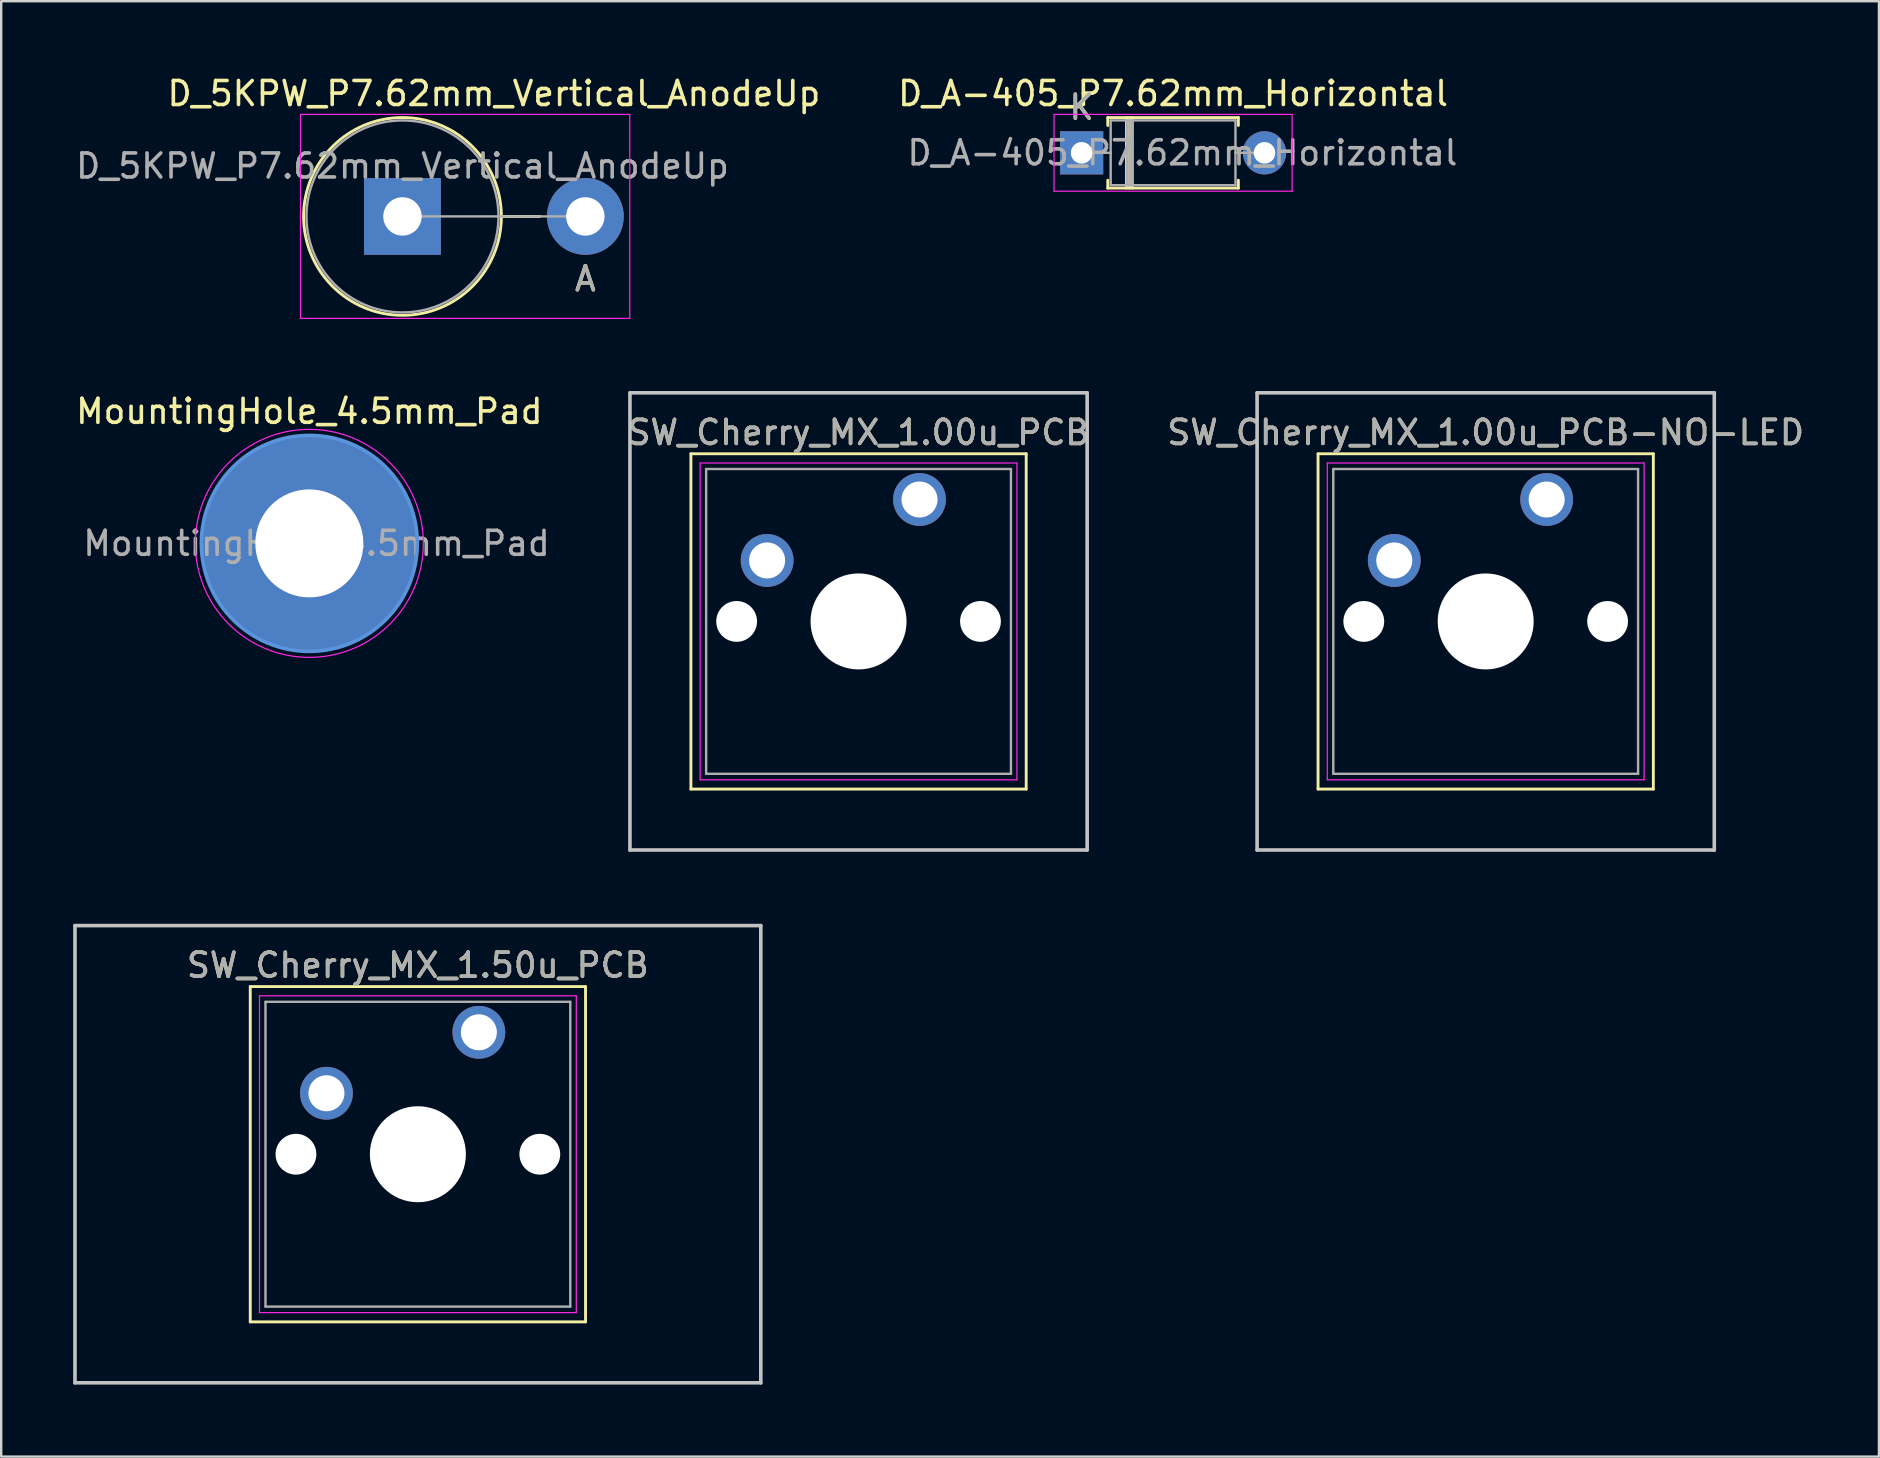
<source format=kicad_pcb>
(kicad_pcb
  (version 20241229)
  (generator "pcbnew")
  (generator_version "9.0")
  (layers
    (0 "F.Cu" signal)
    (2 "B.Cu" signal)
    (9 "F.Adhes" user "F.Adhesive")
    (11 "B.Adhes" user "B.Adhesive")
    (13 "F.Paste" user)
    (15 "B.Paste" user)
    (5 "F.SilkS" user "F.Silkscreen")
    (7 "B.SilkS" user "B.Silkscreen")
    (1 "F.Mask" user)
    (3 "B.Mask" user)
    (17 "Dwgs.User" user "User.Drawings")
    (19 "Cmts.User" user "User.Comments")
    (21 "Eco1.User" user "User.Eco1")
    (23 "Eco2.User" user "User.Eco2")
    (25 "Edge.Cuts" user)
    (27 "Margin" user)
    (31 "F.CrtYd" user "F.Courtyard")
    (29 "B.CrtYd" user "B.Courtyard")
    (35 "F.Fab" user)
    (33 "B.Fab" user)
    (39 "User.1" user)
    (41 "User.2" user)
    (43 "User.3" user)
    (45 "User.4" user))
  (footprint "D_A-405_P7.62mm_Horizontal"
    (layer "F.Cu")
    (at 42.018 3.318)
    (property "Reference" "D_A-405_P7.62mm_Horizontal" (at 3.81 -2.47 0) (layer "F.SilkS") (effects (font (size 1 1) (thickness 0.15))))
    (attr through_hole)
    (fp_line (start 1.09 -1.47) (end 6.53 -1.47) (stroke (width 0.12) (type solid)) (layer "F.SilkS"))
    (fp_line (start 1.09 -1.14) (end 1.09 -1.47) (stroke (width 0.12) (type solid)) (layer "F.SilkS"))
    (fp_line (start 1.09 1.14) (end 1.09 1.47) (stroke (width 0.12) (type solid)) (layer "F.SilkS"))
    (fp_line (start 1.09 1.47) (end 6.53 1.47) (stroke (width 0.12) (type solid)) (layer "F.SilkS"))
    (fp_line (start 1.87 -1.47) (end 1.87 1.47) (stroke (width 0.12) (type solid)) (layer "F.SilkS"))
    (fp_line (start 1.99 -1.47) (end 1.99 1.47) (stroke (width 0.12) (type solid)) (layer "F.SilkS"))
    (fp_line (start 2.11 -1.47) (end 2.11 1.47) (stroke (width 0.12) (type solid)) (layer "F.SilkS"))
    (fp_line (start 6.53 -1.47) (end 6.53 -1.14) (stroke (width 0.12) (type solid)) (layer "F.SilkS"))
    (fp_line (start 6.53 1.47) (end 6.53 1.14) (stroke (width 0.12) (type solid)) (layer "F.SilkS"))
    (fp_line (start -1.15 -1.6) (end -1.15 1.6) (stroke (width 0.05) (type solid)) (layer "F.CrtYd"))
    (fp_line (start -1.15 1.6) (end 8.77 1.6) (stroke (width 0.05) (type solid)) (layer "F.CrtYd"))
    (fp_line (start 8.77 -1.6) (end -1.15 -1.6) (stroke (width 0.05) (type solid)) (layer "F.CrtYd"))
    (fp_line (start 8.77 1.6) (end 8.77 -1.6) (stroke (width 0.05) (type solid)) (layer "F.CrtYd"))
    (fp_line (start 0 0) (end 1.21 0) (stroke (width 0.1) (type solid)) (layer "F.Fab"))
    (fp_line (start 1.21 -1.35) (end 1.21 1.35) (stroke (width 0.1) (type solid)) (layer "F.Fab"))
    (fp_line (start 1.21 1.35) (end 6.41 1.35) (stroke (width 0.1) (type solid)) (layer "F.Fab"))
    (fp_line (start 1.89 -1.35) (end 1.89 1.35) (stroke (width 0.1) (type solid)) (layer "F.Fab"))
    (fp_line (start 1.99 -1.35) (end 1.99 1.35) (stroke (width 0.1) (type solid)) (layer "F.Fab"))
    (fp_line (start 2.09 -1.35) (end 2.09 1.35) (stroke (width 0.1) (type solid)) (layer "F.Fab"))
    (fp_line (start 6.41 -1.35) (end 1.21 -1.35) (stroke (width 0.1) (type solid)) (layer "F.Fab"))
    (fp_line (start 6.41 1.35) (end 6.41 -1.35) (stroke (width 0.1) (type solid)) (layer "F.Fab"))
    (fp_line (start 7.62 0) (end 6.41 0) (stroke (width 0.1) (type solid)) (layer "F.Fab"))
    (fp_text user "K" (at 0 -1.9 0) (layer "F.SilkS") (effects (font (size 1 1) (thickness 0.15))))
    (fp_text user "K" (at 0 -1.9 0) (layer "F.Fab") (effects (font (size 1 1) (thickness 0.15))))
    (fp_text user "${REFERENCE}" (at 4.2 0 0) (layer "F.Fab") (effects (font (size 1 1) (thickness 0.15))))
    (pad "1" thru_hole rect (at 0 0) (size 1.8 1.8) (drill 0.9) (layers "*.Cu" "*.Mask"))
    (pad "2" thru_hole oval (at 7.62 0) (size 1.8 1.8) (drill 0.9) (layers "*.Cu" "*.Mask")))
  (footprint "SW_Cherry_MX_1.00u_PCB"
    (layer "F.Cu")
    (at 35.263 17.763)
    (property "Reference" "SW_Cherry_MX_1.00u_PCB" (at -2.54 -2.794 0) (layer "F.SilkS") (effects (font (size 1 1) (thickness 0.15))))
    (attr through_hole)
    (fp_line (start -9.525 -1.905) (end 4.445 -1.905) (stroke (width 0.12) (type solid)) (layer "F.SilkS"))
    (fp_line (start -9.525 12.065) (end -9.525 -1.905) (stroke (width 0.12) (type solid)) (layer "F.SilkS"))
    (fp_line (start 4.445 -1.905) (end 4.445 12.065) (stroke (width 0.12) (type solid)) (layer "F.SilkS"))
    (fp_line (start 4.445 12.065) (end -9.525 12.065) (stroke (width 0.12) (type solid)) (layer "F.SilkS"))
    (fp_line (start -12.065 -4.445) (end 6.985 -4.445) (stroke (width 0.15) (type solid)) (layer "Dwgs.User"))
    (fp_line (start -12.065 14.605) (end -12.065 -4.445) (stroke (width 0.15) (type solid)) (layer "Dwgs.User"))
    (fp_line (start 6.985 -4.445) (end 6.985 14.605) (stroke (width 0.15) (type solid)) (layer "Dwgs.User"))
    (fp_line (start 6.985 14.605) (end -12.065 14.605) (stroke (width 0.15) (type solid)) (layer "Dwgs.User"))
    (fp_line (start -9.14 -1.52) (end 4.06 -1.52) (stroke (width 0.05) (type solid)) (layer "F.CrtYd"))
    (fp_line (start -9.14 11.68) (end -9.14 -1.52) (stroke (width 0.05) (type solid)) (layer "F.CrtYd"))
    (fp_line (start 4.06 -1.52) (end 4.06 11.68) (stroke (width 0.05) (type solid)) (layer "F.CrtYd"))
    (fp_line (start 4.06 11.68) (end -9.14 11.68) (stroke (width 0.05) (type solid)) (layer "F.CrtYd"))
    (fp_line (start -8.89 -1.27) (end 3.81 -1.27) (stroke (width 0.1) (type solid)) (layer "F.Fab"))
    (fp_line (start -8.89 11.43) (end -8.89 -1.27) (stroke (width 0.1) (type solid)) (layer "F.Fab"))
    (fp_line (start 3.81 -1.27) (end 3.81 11.43) (stroke (width 0.1) (type solid)) (layer "F.Fab"))
    (fp_line (start 3.81 11.43) (end -8.89 11.43) (stroke (width 0.1) (type solid)) (layer "F.Fab"))
    (fp_text user "${REFERENCE}" (at -2.54 -2.794 0) (layer "F.Fab") (effects (font (size 1 1) (thickness 0.15))))
    (pad "" np_thru_hole circle (at -7.62 5.08) (size 1.7 1.7) (drill 1.7) (layers "*.Cu" "*.Mask"))
    (pad "" np_thru_hole circle (at -2.54 5.08) (size 4 4) (drill 4) (layers "*.Cu" "*.Mask"))
    (pad "" np_thru_hole circle (at 2.54 5.08) (size 1.7 1.7) (drill 1.7) (layers "*.Cu" "*.Mask"))
    (pad "1" thru_hole circle (at 0 0) (size 2.2 2.2) (drill 1.5) (layers "*.Cu" "*.Mask"))
    (pad "2" thru_hole circle (at -6.35 2.54) (size 2.2 2.2) (drill 1.5) (layers "*.Cu" "*.Mask")))
  (footprint "SW_Cherry_MX_1.50u_PCB"
    (layer "F.Cu")
    (at 16.902 39.963)
    (property "Reference" "SW_Cherry_MX_1.50u_PCB" (at -2.54 -2.794 0) (layer "F.SilkS") (effects (font (size 1 1) (thickness 0.15))))
    (attr through_hole)
    (fp_line (start -9.525 -1.905) (end 4.445 -1.905) (stroke (width 0.12) (type solid)) (layer "F.SilkS"))
    (fp_line (start -9.525 12.065) (end -9.525 -1.905) (stroke (width 0.12) (type solid)) (layer "F.SilkS"))
    (fp_line (start 4.445 -1.905) (end 4.445 12.065) (stroke (width 0.12) (type solid)) (layer "F.SilkS"))
    (fp_line (start 4.445 12.065) (end -9.525 12.065) (stroke (width 0.12) (type solid)) (layer "F.SilkS"))
    (fp_line (start -16.828 -4.445) (end 11.748 -4.445) (stroke (width 0.15) (type solid)) (layer "Dwgs.User"))
    (fp_line (start -16.828 14.605) (end -16.828 -4.445) (stroke (width 0.15) (type solid)) (layer "Dwgs.User"))
    (fp_line (start 11.748 -4.445) (end 11.748 14.605) (stroke (width 0.15) (type solid)) (layer "Dwgs.User"))
    (fp_line (start 11.748 14.605) (end -16.828 14.605) (stroke (width 0.15) (type solid)) (layer "Dwgs.User"))
    (fp_line (start -9.14 -1.52) (end 4.06 -1.52) (stroke (width 0.05) (type solid)) (layer "F.CrtYd"))
    (fp_line (start -9.14 11.68) (end -9.14 -1.52) (stroke (width 0.05) (type solid)) (layer "F.CrtYd"))
    (fp_line (start 4.06 -1.52) (end 4.06 11.68) (stroke (width 0.05) (type solid)) (layer "F.CrtYd"))
    (fp_line (start 4.06 11.68) (end -9.14 11.68) (stroke (width 0.05) (type solid)) (layer "F.CrtYd"))
    (fp_line (start -8.89 -1.27) (end 3.81 -1.27) (stroke (width 0.1) (type solid)) (layer "F.Fab"))
    (fp_line (start -8.89 11.43) (end -8.89 -1.27) (stroke (width 0.1) (type solid)) (layer "F.Fab"))
    (fp_line (start 3.81 -1.27) (end 3.81 11.43) (stroke (width 0.1) (type solid)) (layer "F.Fab"))
    (fp_line (start 3.81 11.43) (end -8.89 11.43) (stroke (width 0.1) (type solid)) (layer "F.Fab"))
    (fp_text user "${REFERENCE}" (at -2.54 -2.794 0) (layer "F.Fab") (effects (font (size 1 1) (thickness 0.15))))
    (pad "" np_thru_hole circle (at -7.62 5.08) (size 1.7 1.7) (drill 1.7) (layers "*.Cu" "*.Mask"))
    (pad "" np_thru_hole circle (at -2.54 5.08) (size 4 4) (drill 4) (layers "*.Cu" "*.Mask"))
    (pad "" np_thru_hole circle (at 2.54 5.08) (size 1.7 1.7) (drill 1.7) (layers "*.Cu" "*.Mask"))
    (pad "1" thru_hole circle (at 0 0) (size 2.2 2.2) (drill 1.5) (layers "*.Cu" "*.Mask"))
    (pad "2" thru_hole circle (at -6.35 2.54) (size 2.2 2.2) (drill 1.5) (layers "*.Cu" "*.Mask")))
  (footprint "SW_Cherry_MX_1.00u_PCB-NO-LED"
    (layer "F.Cu")
    (at 61.394 17.763)
    (property "Reference" "SW_Cherry_MX_1.00u_PCB-NO-LED" (at -2.54 -2.794 0) (layer "F.SilkS") (effects (font (size 1 1) (thickness 0.15))))
    (attr through_hole)
    (fp_line (start -9.525 -1.905) (end 4.445 -1.905) (stroke (width 0.12) (type solid)) (layer "F.SilkS"))
    (fp_line (start -9.525 12.065) (end -9.525 -1.905) (stroke (width 0.12) (type solid)) (layer "F.SilkS"))
    (fp_line (start 4.445 -1.905) (end 4.445 12.065) (stroke (width 0.12) (type solid)) (layer "F.SilkS"))
    (fp_line (start 4.445 12.065) (end -9.525 12.065) (stroke (width 0.12) (type solid)) (layer "F.SilkS"))
    (fp_line (start -12.065 -4.445) (end 6.985 -4.445) (stroke (width 0.15) (type solid)) (layer "Dwgs.User"))
    (fp_line (start -12.065 14.605) (end -12.065 -4.445) (stroke (width 0.15) (type solid)) (layer "Dwgs.User"))
    (fp_line (start 6.985 -4.445) (end 6.985 14.605) (stroke (width 0.15) (type solid)) (layer "Dwgs.User"))
    (fp_line (start 6.985 14.605) (end -12.065 14.605) (stroke (width 0.15) (type solid)) (layer "Dwgs.User"))
    (fp_line (start -9.14 -1.52) (end 4.06 -1.52) (stroke (width 0.05) (type solid)) (layer "F.CrtYd"))
    (fp_line (start -9.14 11.68) (end -9.14 -1.52) (stroke (width 0.05) (type solid)) (layer "F.CrtYd"))
    (fp_line (start 4.06 -1.52) (end 4.06 11.68) (stroke (width 0.05) (type solid)) (layer "F.CrtYd"))
    (fp_line (start 4.06 11.68) (end -9.14 11.68) (stroke (width 0.05) (type solid)) (layer "F.CrtYd"))
    (fp_line (start -8.89 -1.27) (end 3.81 -1.27) (stroke (width 0.1) (type solid)) (layer "F.Fab"))
    (fp_line (start -8.89 11.43) (end -8.89 -1.27) (stroke (width 0.1) (type solid)) (layer "F.Fab"))
    (fp_line (start 3.81 -1.27) (end 3.81 11.43) (stroke (width 0.1) (type solid)) (layer "F.Fab"))
    (fp_line (start 3.81 11.43) (end -8.89 11.43) (stroke (width 0.1) (type solid)) (layer "F.Fab"))
    (fp_text user "${REFERENCE}" (at -2.54 -2.794 0) (layer "F.Fab") (effects (font (size 1 1) (thickness 0.15))))
    (pad "" np_thru_hole circle (at -7.62 5.08) (size 1.7 1.7) (drill 1.7) (layers "*.Cu" "*.Mask"))
    (pad "" np_thru_hole circle (at -2.54 5.08) (size 4 4) (drill 4) (layers "*.Cu" "*.Mask"))
    (pad "" np_thru_hole circle (at 2.54 5.08) (size 1.7 1.7) (drill 1.7) (layers "*.Cu" "*.Mask"))
    (pad "1" thru_hole circle (at 0 0) (size 2.2 2.2) (drill 1.5) (layers "*.Cu" "*.Mask"))
    (pad "2" thru_hole circle (at -6.35 2.54) (size 2.2 2.2) (drill 1.5) (layers "*.Cu" "*.Mask")))
  (footprint "MountingHole_4.5mm_Pad"
    (layer "F.Cu")
    (at 9.839 19.591)
    (property "Reference" "MountingHole_4.5mm_Pad" (at 0 -5.5 0) (layer "F.SilkS") (effects (font (size 1 1) (thickness 0.15))))
    (attr exclude_from_pos_files exclude_from_bom)
    (fp_circle (center 0 0) (end 4.5 0) (stroke (width 0.15) (type solid)) (fill no) (layer "Cmts.User"))
    (fp_circle (center 0 0) (end 4.75 0) (stroke (width 0.05) (type solid)) (fill no) (layer "F.CrtYd"))
    (fp_text user "${REFERENCE}" (at 0.3 0 0) (layer "F.Fab") (effects (font (size 1 1) (thickness 0.15))))
    (pad "1" thru_hole circle (at 0 0) (size 9 9) (drill 4.5) (layers "*.Cu" "*.Mask")))
  (footprint "D_5KPW_P7.62mm_Vertical_AnodeUp"
    (layer "F.Cu")
    (at 13.72 5.968)
    (property "Reference" "D_5KPW_P7.62mm_Vertical_AnodeUp" (at 3.81 -5.12 0) (layer "F.SilkS") (effects (font (size 1 1) (thickness 0.15))))
    (attr through_hole)
    (fp_line (start 4.12 0) (end 5.72 0) (stroke (width 0.12) (type solid)) (layer "F.SilkS"))
    (fp_circle (center 0 0) (end 4.12 0) (stroke (width 0.12) (type solid)) (fill no) (layer "F.SilkS"))
    (fp_line (start -4.25 -4.25) (end -4.25 4.25) (stroke (width 0.05) (type solid)) (layer "F.CrtYd"))
    (fp_line (start -4.25 4.25) (end 9.47 4.25) (stroke (width 0.05) (type solid)) (layer "F.CrtYd"))
    (fp_line (start 9.47 -4.25) (end -4.25 -4.25) (stroke (width 0.05) (type solid)) (layer "F.CrtYd"))
    (fp_line (start 9.47 4.25) (end 9.47 -4.25) (stroke (width 0.05) (type solid)) (layer "F.CrtYd"))
    (fp_line (start 0 0) (end 7.62 0) (stroke (width 0.1) (type solid)) (layer "F.Fab"))
    (fp_circle (center 0 0) (end 4 0) (stroke (width 0.1) (type solid)) (fill no) (layer "F.Fab"))
    (fp_text user "A" (at 7.62 2.6 0) (layer "F.SilkS") (effects (font (size 1 1) (thickness 0.15))))
    (fp_text user "${REFERENCE}" (at 0 -2.1 0) (layer "F.Fab") (effects (font (size 1 1) (thickness 0.15))))
    (fp_text user "A" (at 7.62 2.6 0) (layer "F.Fab") (effects (font (size 1 1) (thickness 0.15))))
    (pad "1" thru_hole rect (at 0 0) (size 3.2 3.2) (drill 1.6) (layers "*.Cu" "*.Mask"))
    (pad "2" thru_hole oval (at 7.62 0) (size 3.2 3.2) (drill 1.6) (layers "*.Cu" "*.Mask")))
  (gr_rect
    (start -3 -3)
    (end 75.24 57.643)
    (stroke (width 0.1) (type default))
    (fill no)
    (layer "Edge.Cuts")))
</source>
